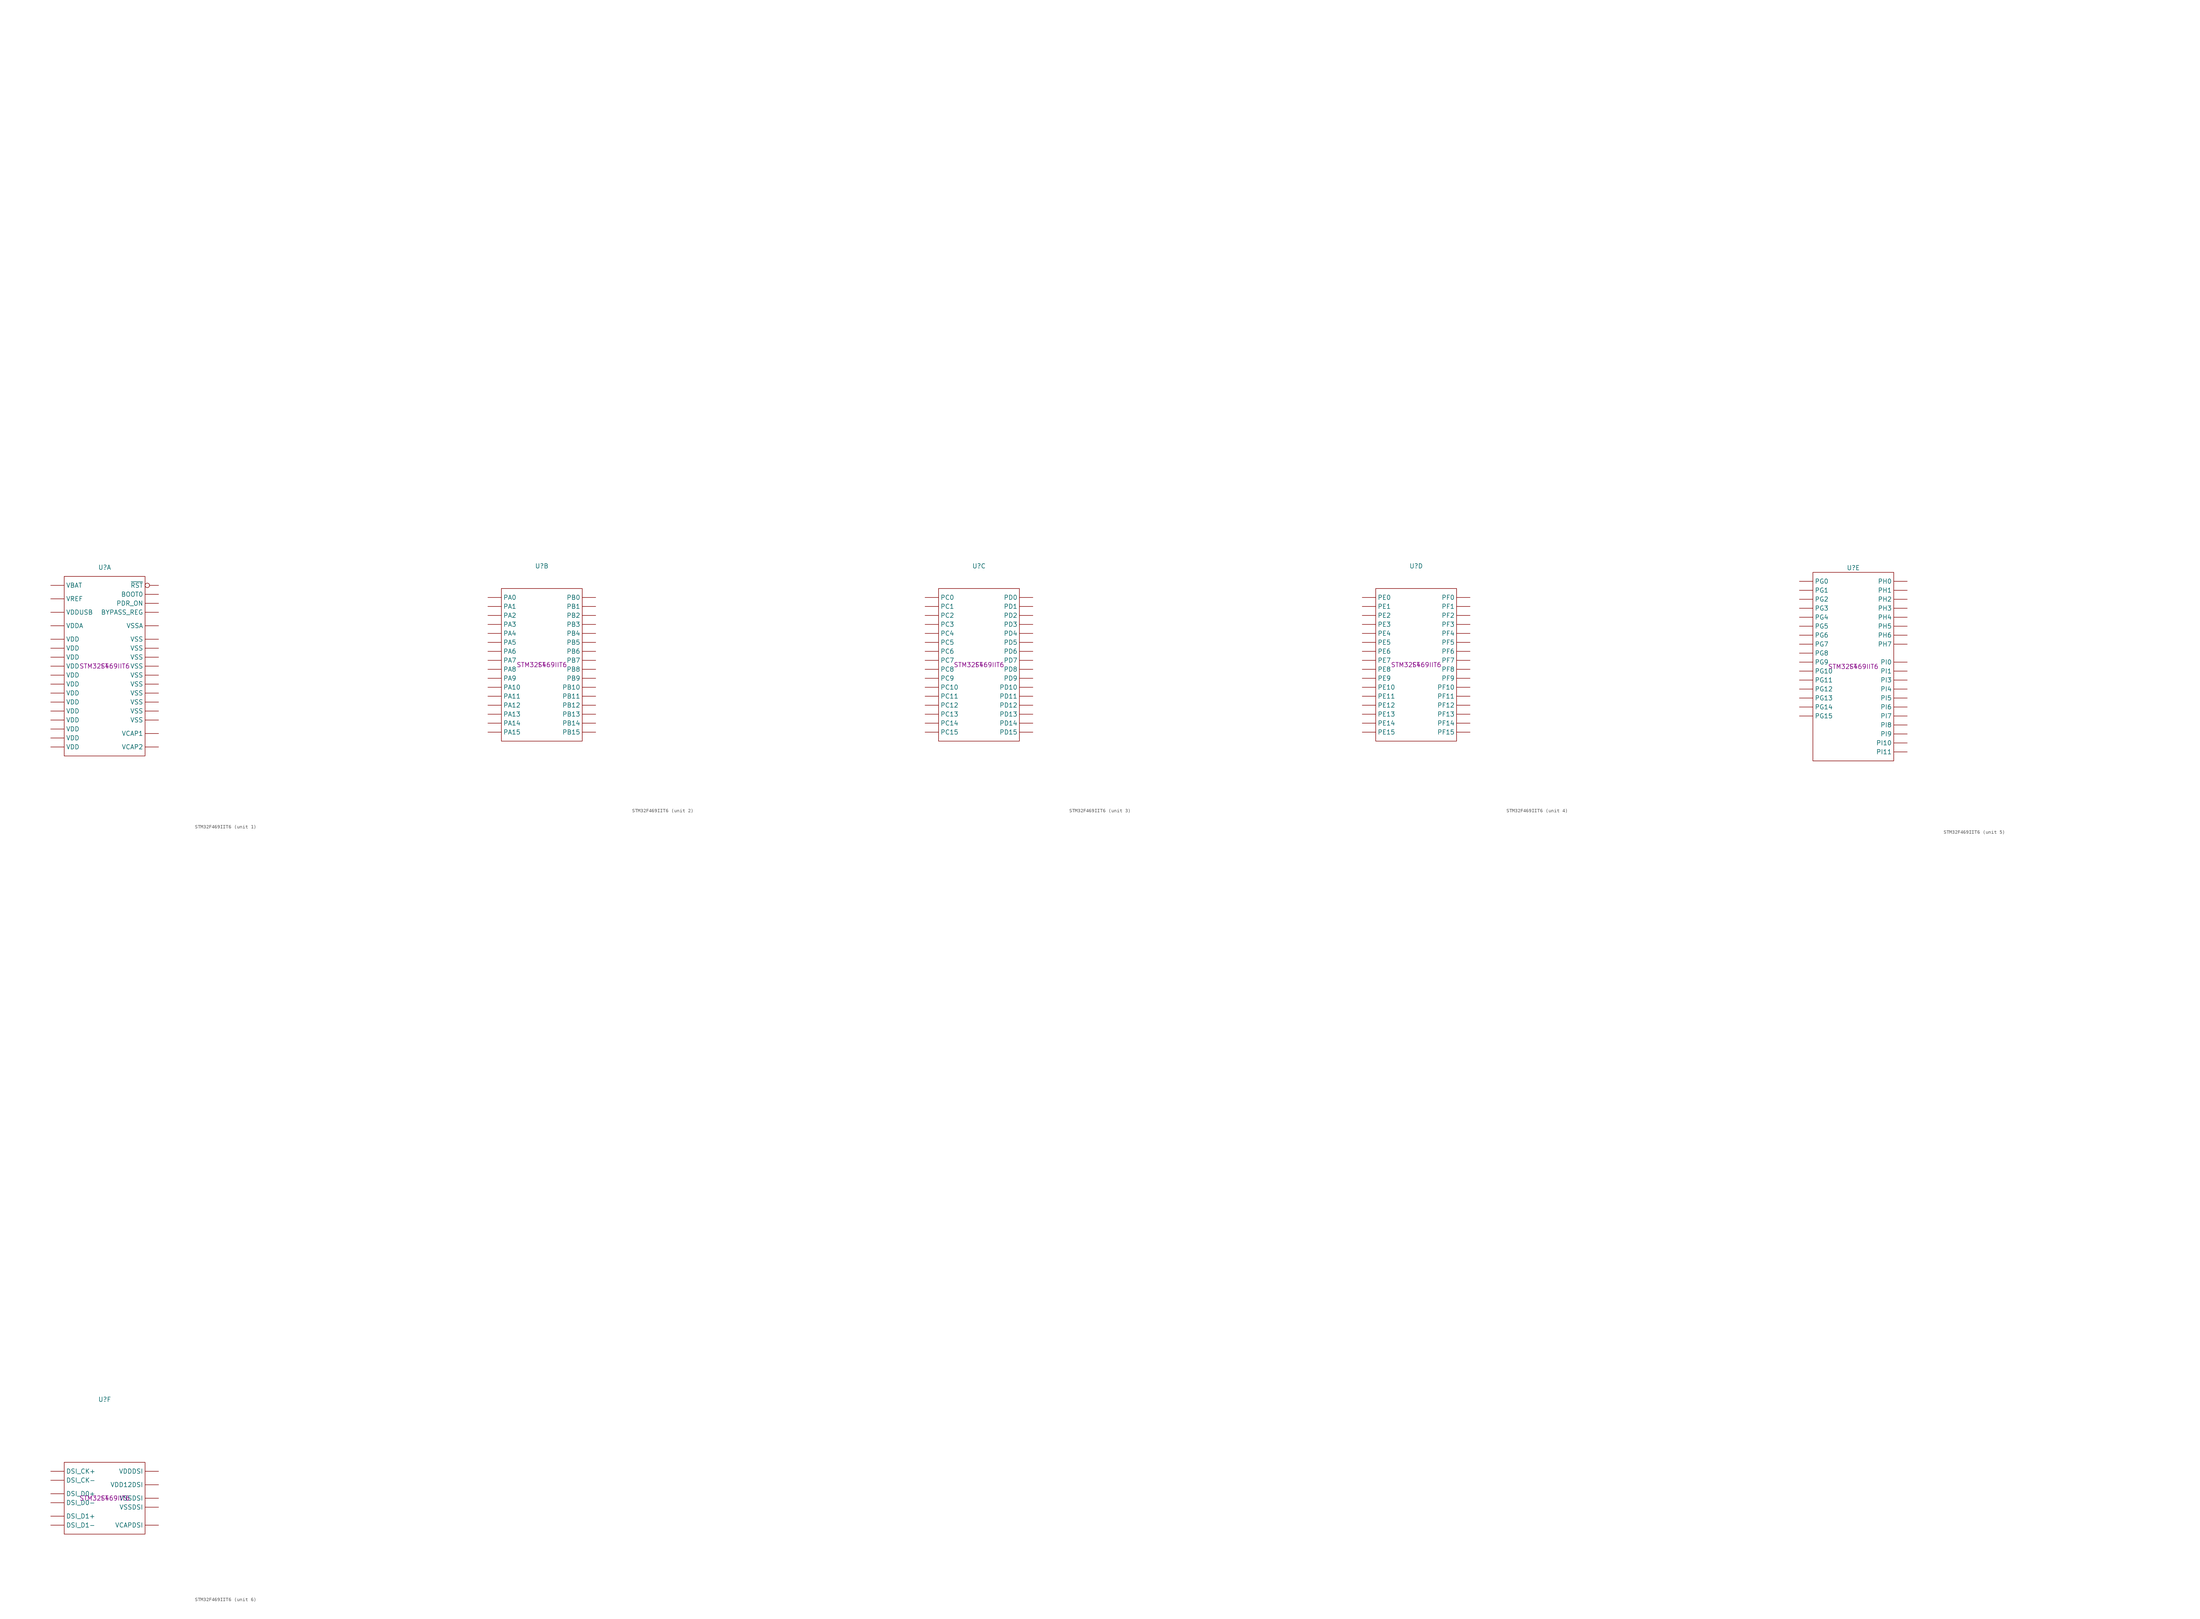
<source format=kicad_sym>
(kicad_symbol_lib
  (version 20220914)
  (generator kicad_symbol_editor)
  (symbol "STM32F469IIT6"
    (pin_numbers hide)
    (property "Reference" "U"
      (at 0 27.94 0)
      (effects (font (size 1.27 1.27))))
    (property "Value" ""
      (at 83.82 165.1 0)
      (effects (font (size 1.27 1.27))))
    (property "Manufacturer" "ST"
      (at 0 0 0)
      (effects (font (size 1.27 1.27))))
    (property "Part #" "STM32F469IIT6"
      (at 0 0 0)
      (effects (font (size 1.27 1.27))))
    (property "ki_locked" ""
      (at 0 0 0)
      (effects (font (size 1.27 1.27))))
    (symbol "STM32F469IIT6_1_1"
      (rectangle (start -11.43 25.4) (end 11.43 -25.4) (stroke (width 0) (type default)) (fill (type none)))
      (pin power_in line (at 15.24 -5.08 180) (length 3.81) (name "VSS" (effects (font (size 1.27 1.27)))) (number "117" (effects (font (size 1.27 1.27)))))
      (pin power_in line (at -15.24 15.24 0) (length 3.81) (name "VDDUSB" (effects (font (size 1.27 1.27)))) (number "118" (effects (font (size 1.27 1.27)))))
      (pin passive line (at 15.24 -22.86 180) (length 3.81) (name "VCAP2" (effects (font (size 1.27 1.27)))) (number "129" (effects (font (size 1.27 1.27)))))
      (pin power_in line (at 15.24 -7.62 180) (length 3.81) (name "VSS" (effects (font (size 1.27 1.27)))) (number "130" (effects (font (size 1.27 1.27)))))
      (pin power_in line (at -15.24 -12.7 0) (length 3.81) (name "VDD" (effects (font (size 1.27 1.27)))) (number "131" (effects (font (size 1.27 1.27)))))
      (pin power_in line (at 15.24 -10.16 180) (length 3.81) (name "VSS" (effects (font (size 1.27 1.27)))) (number "135" (effects (font (size 1.27 1.27)))))
      (pin power_in line (at -15.24 -15.24 0) (length 3.81) (name "VDD" (effects (font (size 1.27 1.27)))) (number "136" (effects (font (size 1.27 1.27)))))
      (pin power_in line (at 15.24 7.62 180) (length 3.81) (name "VSS" (effects (font (size 1.27 1.27)))) (number "14" (effects (font (size 1.27 1.27)))))
      (pin power_in line (at 15.24 -12.7 180) (length 3.81) (name "VSS" (effects (font (size 1.27 1.27)))) (number "148" (effects (font (size 1.27 1.27)))))
      (pin power_in line (at -15.24 -17.78 0) (length 3.81) (name "VDD" (effects (font (size 1.27 1.27)))) (number "149" (effects (font (size 1.27 1.27)))))
      (pin power_in line (at -15.24 7.62 0) (length 3.81) (name "VDD" (effects (font (size 1.27 1.27)))) (number "15" (effects (font (size 1.27 1.27)))))
      (pin power_in line (at 15.24 -15.24 180) (length 3.81) (name "VSS" (effects (font (size 1.27 1.27)))) (number "158" (effects (font (size 1.27 1.27)))))
      (pin power_in line (at -15.24 -20.32 0) (length 3.81) (name "VDD" (effects (font (size 1.27 1.27)))) (number "159" (effects (font (size 1.27 1.27)))))
      (pin input line (at 15.24 20.32 180) (length 3.81) (name "BOOT0" (effects (font (size 1.27 1.27)))) (number "166" (effects (font (size 1.27 1.27)))))
      (pin input line (at 15.24 17.78 180) (length 3.81) (name "PDR_ON" (effects (font (size 1.27 1.27)))) (number "171" (effects (font (size 1.27 1.27)))))
      (pin power_in line (at -15.24 -22.86 0) (length 3.81) (name "VDD" (effects (font (size 1.27 1.27)))) (number "172" (effects (font (size 1.27 1.27)))))
      (pin power_in line (at 15.24 5.08 180) (length 3.81) (name "VSS" (effects (font (size 1.27 1.27)))) (number "22" (effects (font (size 1.27 1.27)))))
      (pin power_in line (at -15.24 5.08 0) (length 3.81) (name "VDD" (effects (font (size 1.27 1.27)))) (number "23" (effects (font (size 1.27 1.27)))))
      (pin input inverted (at 15.24 22.86 180) (length 3.81) (name "~{RST}" (effects (font (size 1.27 1.27)))) (number "31" (effects (font (size 1.27 1.27)))))
      (pin power_in line (at -15.24 2.54 0) (length 3.81) (name "VDD" (effects (font (size 1.27 1.27)))) (number "36" (effects (font (size 1.27 1.27)))))
      (pin power_in line (at 15.24 11.43 180) (length 3.81) (name "VSSA" (effects (font (size 1.27 1.27)))) (number "37" (effects (font (size 1.27 1.27)))))
      (pin power_in line (at -15.24 19.05 0) (length 3.81) (name "VREF" (effects (font (size 1.27 1.27)))) (number "38" (effects (font (size 1.27 1.27)))))
      (pin power_in line (at -15.24 11.43 0) (length 3.81) (name "VDDA" (effects (font (size 1.27 1.27)))) (number "39" (effects (font (size 1.27 1.27)))))
      (pin input line (at 15.24 15.24 180) (length 3.81) (name "BYPASS_REG" (effects (font (size 1.27 1.27)))) (number "48" (effects (font (size 1.27 1.27)))))
      (pin power_in line (at -15.24 0 0) (length 3.81) (name "VDD" (effects (font (size 1.27 1.27)))) (number "49" (effects (font (size 1.27 1.27)))))
      (pin power_in line (at -15.24 22.86 0) (length 3.81) (name "VBAT" (effects (font (size 1.27 1.27)))) (number "6" (effects (font (size 1.27 1.27)))))
      (pin power_in line (at 15.24 2.54 180) (length 3.81) (name "VSS" (effects (font (size 1.27 1.27)))) (number "61" (effects (font (size 1.27 1.27)))))
      (pin power_in line (at -15.24 -2.54 0) (length 3.81) (name "VDD" (effects (font (size 1.27 1.27)))) (number "62" (effects (font (size 1.27 1.27)))))
      (pin power_in line (at 15.24 0 180) (length 3.81) (name "VSS" (effects (font (size 1.27 1.27)))) (number "71" (effects (font (size 1.27 1.27)))))
      (pin power_in line (at -15.24 -5.08 0) (length 3.81) (name "VDD" (effects (font (size 1.27 1.27)))) (number "72" (effects (font (size 1.27 1.27)))))
      (pin passive line (at 15.24 -19.05 180) (length 3.81) (name "VCAP1" (effects (font (size 1.27 1.27)))) (number "81" (effects (font (size 1.27 1.27)))))
      (pin power_in line (at -15.24 -7.62 0) (length 3.81) (name "VDD" (effects (font (size 1.27 1.27)))) (number "82" (effects (font (size 1.27 1.27)))))
      (pin power_in line (at 15.24 -2.54 180) (length 3.81) (name "VSS" (effects (font (size 1.27 1.27)))) (number "95" (effects (font (size 1.27 1.27)))))
      (pin power_in line (at -15.24 -10.16 0) (length 3.81) (name "VDD" (effects (font (size 1.27 1.27)))) (number "96" (effects (font (size 1.27 1.27))))))
    (symbol "STM32F469IIT6_2_1"
      (rectangle (start -11.43 21.59) (end 11.43 -21.59) (stroke (width 0) (type default)) (fill (type none)))
      (pin bidirectional line (at -15.24 -1.27 0) (length 3.81) (name "PA8" (effects (font (size 1.27 1.27)))) (number "123" (effects (font (size 1.27 1.27)))))
      (pin bidirectional line (at -15.24 -3.81 0) (length 3.81) (name "PA9" (effects (font (size 1.27 1.27)))) (number "124" (effects (font (size 1.27 1.27)))))
      (pin bidirectional line (at -15.24 -6.35 0) (length 3.81) (name "PA10" (effects (font (size 1.27 1.27)))) (number "125" (effects (font (size 1.27 1.27)))))
      (pin bidirectional line (at -15.24 -8.89 0) (length 3.81) (name "PA11" (effects (font (size 1.27 1.27)))) (number "126" (effects (font (size 1.27 1.27)))))
      (pin bidirectional line (at -15.24 -11.43 0) (length 3.81) (name "PA12" (effects (font (size 1.27 1.27)))) (number "127" (effects (font (size 1.27 1.27)))))
      (pin bidirectional line (at -15.24 -13.97 0) (length 3.81) (name "PA13" (effects (font (size 1.27 1.27)))) (number "128" (effects (font (size 1.27 1.27)))))
      (pin bidirectional line (at -15.24 -16.51 0) (length 3.81) (name "PA14" (effects (font (size 1.27 1.27)))) (number "137" (effects (font (size 1.27 1.27)))))
      (pin bidirectional line (at -15.24 -19.05 0) (length 3.81) (name "PA15" (effects (font (size 1.27 1.27)))) (number "138" (effects (font (size 1.27 1.27)))))
      (pin bidirectional line (at 15.24 11.43 180) (length 3.81) (name "PB3" (effects (font (size 1.27 1.27)))) (number "161" (effects (font (size 1.27 1.27)))))
      (pin bidirectional line (at 15.24 8.89 180) (length 3.81) (name "PB4" (effects (font (size 1.27 1.27)))) (number "162" (effects (font (size 1.27 1.27)))))
      (pin bidirectional line (at 15.24 6.35 180) (length 3.81) (name "PB5" (effects (font (size 1.27 1.27)))) (number "163" (effects (font (size 1.27 1.27)))))
      (pin bidirectional line (at 15.24 3.81 180) (length 3.81) (name "PB6" (effects (font (size 1.27 1.27)))) (number "164" (effects (font (size 1.27 1.27)))))
      (pin bidirectional line (at 15.24 1.27 180) (length 3.81) (name "PB7" (effects (font (size 1.27 1.27)))) (number "165" (effects (font (size 1.27 1.27)))))
      (pin bidirectional line (at 15.24 -1.27 180) (length 3.81) (name "PB8" (effects (font (size 1.27 1.27)))) (number "167" (effects (font (size 1.27 1.27)))))
      (pin bidirectional line (at 15.24 -3.81 180) (length 3.81) (name "PB9" (effects (font (size 1.27 1.27)))) (number "168" (effects (font (size 1.27 1.27)))))
      (pin bidirectional line (at -15.24 19.05 0) (length 3.81) (name "PA0" (effects (font (size 1.27 1.27)))) (number "40" (effects (font (size 1.27 1.27)))))
      (pin bidirectional line (at -15.24 16.51 0) (length 3.81) (name "PA1" (effects (font (size 1.27 1.27)))) (number "41" (effects (font (size 1.27 1.27)))))
      (pin bidirectional line (at -15.24 13.97 0) (length 3.81) (name "PA2" (effects (font (size 1.27 1.27)))) (number "42" (effects (font (size 1.27 1.27)))))
      (pin bidirectional line (at -15.24 11.43 0) (length 3.81) (name "PA3" (effects (font (size 1.27 1.27)))) (number "47" (effects (font (size 1.27 1.27)))))
      (pin bidirectional line (at -15.24 8.89 0) (length 3.81) (name "PA4" (effects (font (size 1.27 1.27)))) (number "50" (effects (font (size 1.27 1.27)))))
      (pin bidirectional line (at -15.24 6.35 0) (length 3.81) (name "PA5" (effects (font (size 1.27 1.27)))) (number "51" (effects (font (size 1.27 1.27)))))
      (pin bidirectional line (at -15.24 3.81 0) (length 3.81) (name "PA6" (effects (font (size 1.27 1.27)))) (number "52" (effects (font (size 1.27 1.27)))))
      (pin bidirectional line (at -15.24 1.27 0) (length 3.81) (name "PA7" (effects (font (size 1.27 1.27)))) (number "53" (effects (font (size 1.27 1.27)))))
      (pin bidirectional line (at 15.24 19.05 180) (length 3.81) (name "PB0" (effects (font (size 1.27 1.27)))) (number "56" (effects (font (size 1.27 1.27)))))
      (pin bidirectional line (at 15.24 16.51 180) (length 3.81) (name "PB1" (effects (font (size 1.27 1.27)))) (number "57" (effects (font (size 1.27 1.27)))))
      (pin bidirectional line (at 15.24 13.97 180) (length 3.81) (name "PB2" (effects (font (size 1.27 1.27)))) (number "58" (effects (font (size 1.27 1.27)))))
      (pin bidirectional line (at 15.24 -6.35 180) (length 3.81) (name "PB10" (effects (font (size 1.27 1.27)))) (number "79" (effects (font (size 1.27 1.27)))))
      (pin bidirectional line (at 15.24 -8.89 180) (length 3.81) (name "PB11" (effects (font (size 1.27 1.27)))) (number "80" (effects (font (size 1.27 1.27)))))
      (pin bidirectional line (at 15.24 -11.43 180) (length 3.81) (name "PB12" (effects (font (size 1.27 1.27)))) (number "85" (effects (font (size 1.27 1.27)))))
      (pin bidirectional line (at 15.24 -13.97 180) (length 3.81) (name "PB13" (effects (font (size 1.27 1.27)))) (number "86" (effects (font (size 1.27 1.27)))))
      (pin bidirectional line (at 15.24 -16.51 180) (length 3.81) (name "PB14" (effects (font (size 1.27 1.27)))) (number "87" (effects (font (size 1.27 1.27)))))
      (pin bidirectional line (at 15.24 -19.05 180) (length 3.81) (name "PB15" (effects (font (size 1.27 1.27)))) (number "88" (effects (font (size 1.27 1.27))))))
    (symbol "STM32F469IIT6_3_1"
      (rectangle (start -11.43 21.59) (end 11.43 -21.59) (stroke (width 0) (type default)) (fill (type none)))
      (pin bidirectional line (at -15.24 -19.05 0) (length 3.81) (name "PC15" (effects (font (size 1.27 1.27)))) (number "10" (effects (font (size 1.27 1.27)))))
      (pin bidirectional line (at -15.24 3.81 0) (length 3.81) (name "PC6" (effects (font (size 1.27 1.27)))) (number "119" (effects (font (size 1.27 1.27)))))
      (pin bidirectional line (at -15.24 1.27 0) (length 3.81) (name "PC7" (effects (font (size 1.27 1.27)))) (number "120" (effects (font (size 1.27 1.27)))))
      (pin bidirectional line (at -15.24 -1.27 0) (length 3.81) (name "PC8" (effects (font (size 1.27 1.27)))) (number "121" (effects (font (size 1.27 1.27)))))
      (pin bidirectional line (at -15.24 -3.81 0) (length 3.81) (name "PC9" (effects (font (size 1.27 1.27)))) (number "122" (effects (font (size 1.27 1.27)))))
      (pin bidirectional line (at -15.24 -6.35 0) (length 3.81) (name "PC10" (effects (font (size 1.27 1.27)))) (number "139" (effects (font (size 1.27 1.27)))))
      (pin bidirectional line (at -15.24 -8.89 0) (length 3.81) (name "PC11" (effects (font (size 1.27 1.27)))) (number "140" (effects (font (size 1.27 1.27)))))
      (pin bidirectional line (at -15.24 -11.43 0) (length 3.81) (name "PC12" (effects (font (size 1.27 1.27)))) (number "141" (effects (font (size 1.27 1.27)))))
      (pin bidirectional line (at 15.24 19.05 180) (length 3.81) (name "PD0" (effects (font (size 1.27 1.27)))) (number "142" (effects (font (size 1.27 1.27)))))
      (pin bidirectional line (at 15.24 16.51 180) (length 3.81) (name "PD1" (effects (font (size 1.27 1.27)))) (number "143" (effects (font (size 1.27 1.27)))))
      (pin bidirectional line (at 15.24 13.97 180) (length 3.81) (name "PD2" (effects (font (size 1.27 1.27)))) (number "144" (effects (font (size 1.27 1.27)))))
      (pin bidirectional line (at 15.24 11.43 180) (length 3.81) (name "PD3" (effects (font (size 1.27 1.27)))) (number "145" (effects (font (size 1.27 1.27)))))
      (pin bidirectional line (at 15.24 8.89 180) (length 3.81) (name "PD4" (effects (font (size 1.27 1.27)))) (number "146" (effects (font (size 1.27 1.27)))))
      (pin bidirectional line (at 15.24 6.35 180) (length 3.81) (name "PD5" (effects (font (size 1.27 1.27)))) (number "147" (effects (font (size 1.27 1.27)))))
      (pin bidirectional line (at 15.24 3.81 180) (length 3.81) (name "PD6" (effects (font (size 1.27 1.27)))) (number "150" (effects (font (size 1.27 1.27)))))
      (pin bidirectional line (at 15.24 1.27 180) (length 3.81) (name "PD7" (effects (font (size 1.27 1.27)))) (number "151" (effects (font (size 1.27 1.27)))))
      (pin bidirectional line (at -15.24 19.05 0) (length 3.81) (name "PC0" (effects (font (size 1.27 1.27)))) (number "32" (effects (font (size 1.27 1.27)))))
      (pin bidirectional line (at -15.24 16.51 0) (length 3.81) (name "PC1" (effects (font (size 1.27 1.27)))) (number "33" (effects (font (size 1.27 1.27)))))
      (pin bidirectional line (at -15.24 13.97 0) (length 3.81) (name "PC2" (effects (font (size 1.27 1.27)))) (number "34" (effects (font (size 1.27 1.27)))))
      (pin bidirectional line (at -15.24 11.43 0) (length 3.81) (name "PC3" (effects (font (size 1.27 1.27)))) (number "35" (effects (font (size 1.27 1.27)))))
      (pin bidirectional line (at -15.24 8.89 0) (length 3.81) (name "PC4" (effects (font (size 1.27 1.27)))) (number "54" (effects (font (size 1.27 1.27)))))
      (pin bidirectional line (at -15.24 6.35 0) (length 3.81) (name "PC5" (effects (font (size 1.27 1.27)))) (number "55" (effects (font (size 1.27 1.27)))))
      (pin bidirectional line (at -15.24 -13.97 0) (length 3.81) (name "PC13" (effects (font (size 1.27 1.27)))) (number "8" (effects (font (size 1.27 1.27)))))
      (pin bidirectional line (at 15.24 -1.27 180) (length 3.81) (name "PD8" (effects (font (size 1.27 1.27)))) (number "89" (effects (font (size 1.27 1.27)))))
      (pin bidirectional line (at -15.24 -16.51 0) (length 3.81) (name "PC14" (effects (font (size 1.27 1.27)))) (number "9" (effects (font (size 1.27 1.27)))))
      (pin bidirectional line (at 15.24 -3.81 180) (length 3.81) (name "PD9" (effects (font (size 1.27 1.27)))) (number "90" (effects (font (size 1.27 1.27)))))
      (pin bidirectional line (at 15.24 -6.35 180) (length 3.81) (name "PD10" (effects (font (size 1.27 1.27)))) (number "91" (effects (font (size 1.27 1.27)))))
      (pin bidirectional line (at 15.24 -8.89 180) (length 3.81) (name "PD11" (effects (font (size 1.27 1.27)))) (number "92" (effects (font (size 1.27 1.27)))))
      (pin bidirectional line (at 15.24 -11.43 180) (length 3.81) (name "PD12" (effects (font (size 1.27 1.27)))) (number "93" (effects (font (size 1.27 1.27)))))
      (pin bidirectional line (at 15.24 -13.97 180) (length 3.81) (name "PD13" (effects (font (size 1.27 1.27)))) (number "94" (effects (font (size 1.27 1.27)))))
      (pin bidirectional line (at 15.24 -16.51 180) (length 3.81) (name "PD14" (effects (font (size 1.27 1.27)))) (number "97" (effects (font (size 1.27 1.27)))))
      (pin bidirectional line (at 15.24 -19.05 180) (length 3.81) (name "PD15" (effects (font (size 1.27 1.27)))) (number "98" (effects (font (size 1.27 1.27))))))
    (symbol "STM32F469IIT6_4_1"
      (rectangle (start -11.43 21.59) (end 11.43 -21.59) (stroke (width 0) (type default)) (fill (type none)))
      (pin bidirectional line (at -15.24 13.97 0) (length 3.81) (name "PE2" (effects (font (size 1.27 1.27)))) (number "1" (effects (font (size 1.27 1.27)))))
      (pin bidirectional line (at 15.24 19.05 180) (length 3.81) (name "PF0" (effects (font (size 1.27 1.27)))) (number "16" (effects (font (size 1.27 1.27)))))
      (pin bidirectional line (at -15.24 19.05 0) (length 3.81) (name "PE0" (effects (font (size 1.27 1.27)))) (number "169" (effects (font (size 1.27 1.27)))))
      (pin bidirectional line (at 15.24 16.51 180) (length 3.81) (name "PF1" (effects (font (size 1.27 1.27)))) (number "17" (effects (font (size 1.27 1.27)))))
      (pin bidirectional line (at -15.24 16.51 0) (length 3.81) (name "PE1" (effects (font (size 1.27 1.27)))) (number "170" (effects (font (size 1.27 1.27)))))
      (pin bidirectional line (at 15.24 13.97 180) (length 3.81) (name "PF2" (effects (font (size 1.27 1.27)))) (number "18" (effects (font (size 1.27 1.27)))))
      (pin bidirectional line (at 15.24 11.43 180) (length 3.81) (name "PF3" (effects (font (size 1.27 1.27)))) (number "19" (effects (font (size 1.27 1.27)))))
      (pin bidirectional line (at -15.24 11.43 0) (length 3.81) (name "PE3" (effects (font (size 1.27 1.27)))) (number "2" (effects (font (size 1.27 1.27)))))
      (pin bidirectional line (at 15.24 8.89 180) (length 3.81) (name "PF4" (effects (font (size 1.27 1.27)))) (number "20" (effects (font (size 1.27 1.27)))))
      (pin bidirectional line (at 15.24 6.35 180) (length 3.81) (name "PF5" (effects (font (size 1.27 1.27)))) (number "21" (effects (font (size 1.27 1.27)))))
      (pin bidirectional line (at 15.24 3.81 180) (length 3.81) (name "PF6" (effects (font (size 1.27 1.27)))) (number "24" (effects (font (size 1.27 1.27)))))
      (pin bidirectional line (at 15.24 1.27 180) (length 3.81) (name "PF7" (effects (font (size 1.27 1.27)))) (number "25" (effects (font (size 1.27 1.27)))))
      (pin bidirectional line (at 15.24 -1.27 180) (length 3.81) (name "PF8" (effects (font (size 1.27 1.27)))) (number "26" (effects (font (size 1.27 1.27)))))
      (pin bidirectional line (at 15.24 -3.81 180) (length 3.81) (name "PF9" (effects (font (size 1.27 1.27)))) (number "27" (effects (font (size 1.27 1.27)))))
      (pin bidirectional line (at 15.24 -6.35 180) (length 3.81) (name "PF10" (effects (font (size 1.27 1.27)))) (number "28" (effects (font (size 1.27 1.27)))))
      (pin bidirectional line (at -15.24 8.89 0) (length 3.81) (name "PE4" (effects (font (size 1.27 1.27)))) (number "3" (effects (font (size 1.27 1.27)))))
      (pin bidirectional line (at -15.24 6.35 0) (length 3.81) (name "PE5" (effects (font (size 1.27 1.27)))) (number "4" (effects (font (size 1.27 1.27)))))
      (pin bidirectional line (at -15.24 3.81 0) (length 3.81) (name "PE6" (effects (font (size 1.27 1.27)))) (number "5" (effects (font (size 1.27 1.27)))))
      (pin bidirectional line (at 15.24 -8.89 180) (length 3.81) (name "PF11" (effects (font (size 1.27 1.27)))) (number "59" (effects (font (size 1.27 1.27)))))
      (pin bidirectional line (at 15.24 -11.43 180) (length 3.81) (name "PF12" (effects (font (size 1.27 1.27)))) (number "60" (effects (font (size 1.27 1.27)))))
      (pin bidirectional line (at 15.24 -13.97 180) (length 3.81) (name "PF13" (effects (font (size 1.27 1.27)))) (number "63" (effects (font (size 1.27 1.27)))))
      (pin bidirectional line (at 15.24 -16.51 180) (length 3.81) (name "PF14" (effects (font (size 1.27 1.27)))) (number "64" (effects (font (size 1.27 1.27)))))
      (pin bidirectional line (at 15.24 -19.05 180) (length 3.81) (name "PF15" (effects (font (size 1.27 1.27)))) (number "65" (effects (font (size 1.27 1.27)))))
      (pin bidirectional line (at -15.24 1.27 0) (length 3.81) (name "PE7" (effects (font (size 1.27 1.27)))) (number "68" (effects (font (size 1.27 1.27)))))
      (pin bidirectional line (at -15.24 -1.27 0) (length 3.81) (name "PE8" (effects (font (size 1.27 1.27)))) (number "69" (effects (font (size 1.27 1.27)))))
      (pin bidirectional line (at -15.24 -3.81 0) (length 3.81) (name "PE9" (effects (font (size 1.27 1.27)))) (number "70" (effects (font (size 1.27 1.27)))))
      (pin bidirectional line (at -15.24 -6.35 0) (length 3.81) (name "PE10" (effects (font (size 1.27 1.27)))) (number "73" (effects (font (size 1.27 1.27)))))
      (pin bidirectional line (at -15.24 -8.89 0) (length 3.81) (name "PE11" (effects (font (size 1.27 1.27)))) (number "74" (effects (font (size 1.27 1.27)))))
      (pin bidirectional line (at -15.24 -11.43 0) (length 3.81) (name "PE12" (effects (font (size 1.27 1.27)))) (number "75" (effects (font (size 1.27 1.27)))))
      (pin bidirectional line (at -15.24 -13.97 0) (length 3.81) (name "PE13" (effects (font (size 1.27 1.27)))) (number "76" (effects (font (size 1.27 1.27)))))
      (pin bidirectional line (at -15.24 -16.51 0) (length 3.81) (name "PE14" (effects (font (size 1.27 1.27)))) (number "77" (effects (font (size 1.27 1.27)))))
      (pin bidirectional line (at -15.24 -19.05 0) (length 3.81) (name "PE15" (effects (font (size 1.27 1.27)))) (number "78" (effects (font (size 1.27 1.27))))))
    (symbol "STM32F469IIT6_5_1"
      (rectangle (start -11.43 26.67) (end 11.43 -26.67) (stroke (width 0) (type default)) (fill (type none)))
      (pin bidirectional line (at 15.24 -19.05 180) (length 3.81) (name "PI9" (effects (font (size 1.27 1.27)))) (number "11" (effects (font (size 1.27 1.27)))))
      (pin bidirectional line (at -15.24 19.05 0) (length 3.81) (name "PG2" (effects (font (size 1.27 1.27)))) (number "110" (effects (font (size 1.27 1.27)))))
      (pin bidirectional line (at -15.24 16.51 0) (length 3.81) (name "PG3" (effects (font (size 1.27 1.27)))) (number "111" (effects (font (size 1.27 1.27)))))
      (pin bidirectional line (at -15.24 13.97 0) (length 3.81) (name "PG4" (effects (font (size 1.27 1.27)))) (number "112" (effects (font (size 1.27 1.27)))))
      (pin bidirectional line (at -15.24 11.43 0) (length 3.81) (name "PG5" (effects (font (size 1.27 1.27)))) (number "113" (effects (font (size 1.27 1.27)))))
      (pin bidirectional line (at -15.24 8.89 0) (length 3.81) (name "PG6" (effects (font (size 1.27 1.27)))) (number "114" (effects (font (size 1.27 1.27)))))
      (pin bidirectional line (at -15.24 6.35 0) (length 3.81) (name "PG7" (effects (font (size 1.27 1.27)))) (number "115" (effects (font (size 1.27 1.27)))))
      (pin bidirectional line (at -15.24 3.81 0) (length 3.81) (name "PG8" (effects (font (size 1.27 1.27)))) (number "116" (effects (font (size 1.27 1.27)))))
      (pin bidirectional line (at 15.24 -21.59 180) (length 3.81) (name "PI10" (effects (font (size 1.27 1.27)))) (number "12" (effects (font (size 1.27 1.27)))))
      (pin bidirectional line (at 15.24 -24.13 180) (length 3.81) (name "PI11" (effects (font (size 1.27 1.27)))) (number "13" (effects (font (size 1.27 1.27)))))
      (pin bidirectional line (at 15.24 1.27 180) (length 3.81) (name "PI0" (effects (font (size 1.27 1.27)))) (number "132" (effects (font (size 1.27 1.27)))))
      (pin bidirectional line (at 15.24 -1.27 180) (length 3.81) (name "PI1" (effects (font (size 1.27 1.27)))) (number "133" (effects (font (size 1.27 1.27)))))
      (pin bidirectional line (at 15.24 -3.81 180) (length 3.81) (name "PI3" (effects (font (size 1.27 1.27)))) (number "134" (effects (font (size 1.27 1.27)))))
      (pin bidirectional line (at -15.24 1.27 0) (length 3.81) (name "PG9" (effects (font (size 1.27 1.27)))) (number "152" (effects (font (size 1.27 1.27)))))
      (pin bidirectional line (at -15.24 -1.27 0) (length 3.81) (name "PG10" (effects (font (size 1.27 1.27)))) (number "153" (effects (font (size 1.27 1.27)))))
      (pin bidirectional line (at -15.24 -3.81 0) (length 3.81) (name "PG11" (effects (font (size 1.27 1.27)))) (number "154" (effects (font (size 1.27 1.27)))))
      (pin bidirectional line (at -15.24 -6.35 0) (length 3.81) (name "PG12" (effects (font (size 1.27 1.27)))) (number "155" (effects (font (size 1.27 1.27)))))
      (pin bidirectional line (at -15.24 -8.89 0) (length 3.81) (name "PG13" (effects (font (size 1.27 1.27)))) (number "156" (effects (font (size 1.27 1.27)))))
      (pin bidirectional line (at -15.24 -11.43 0) (length 3.81) (name "PG14" (effects (font (size 1.27 1.27)))) (number "157" (effects (font (size 1.27 1.27)))))
      (pin bidirectional line (at -15.24 -13.97 0) (length 3.81) (name "PG15" (effects (font (size 1.27 1.27)))) (number "160" (effects (font (size 1.27 1.27)))))
      (pin bidirectional line (at 15.24 -6.35 180) (length 3.81) (name "PI4" (effects (font (size 1.27 1.27)))) (number "173" (effects (font (size 1.27 1.27)))))
      (pin bidirectional line (at 15.24 -8.89 180) (length 3.81) (name "PI5" (effects (font (size 1.27 1.27)))) (number "174" (effects (font (size 1.27 1.27)))))
      (pin bidirectional line (at 15.24 -11.43 180) (length 3.81) (name "PI6" (effects (font (size 1.27 1.27)))) (number "175" (effects (font (size 1.27 1.27)))))
      (pin bidirectional line (at 15.24 -13.97 180) (length 3.81) (name "PI7" (effects (font (size 1.27 1.27)))) (number "176" (effects (font (size 1.27 1.27)))))
      (pin bidirectional line (at 15.24 24.13 180) (length 3.81) (name "PH0" (effects (font (size 1.27 1.27)))) (number "29" (effects (font (size 1.27 1.27)))))
      (pin bidirectional line (at 15.24 21.59 180) (length 3.81) (name "PH1" (effects (font (size 1.27 1.27)))) (number "30" (effects (font (size 1.27 1.27)))))
      (pin bidirectional line (at 15.24 19.05 180) (length 3.81) (name "PH2" (effects (font (size 1.27 1.27)))) (number "43" (effects (font (size 1.27 1.27)))))
      (pin bidirectional line (at 15.24 16.51 180) (length 3.81) (name "PH3" (effects (font (size 1.27 1.27)))) (number "44" (effects (font (size 1.27 1.27)))))
      (pin bidirectional line (at 15.24 13.97 180) (length 3.81) (name "PH4" (effects (font (size 1.27 1.27)))) (number "45" (effects (font (size 1.27 1.27)))))
      (pin bidirectional line (at 15.24 11.43 180) (length 3.81) (name "PH5" (effects (font (size 1.27 1.27)))) (number "46" (effects (font (size 1.27 1.27)))))
      (pin bidirectional line (at -15.24 24.13 0) (length 3.81) (name "PG0" (effects (font (size 1.27 1.27)))) (number "66" (effects (font (size 1.27 1.27)))))
      (pin bidirectional line (at -15.24 21.59 0) (length 3.81) (name "PG1" (effects (font (size 1.27 1.27)))) (number "67" (effects (font (size 1.27 1.27)))))
      (pin bidirectional line (at 15.24 -16.51 180) (length 3.81) (name "PI8" (effects (font (size 1.27 1.27)))) (number "7" (effects (font (size 1.27 1.27)))))
      (pin bidirectional line (at 15.24 8.89 180) (length 3.81) (name "PH6" (effects (font (size 1.27 1.27)))) (number "83" (effects (font (size 1.27 1.27)))))
      (pin bidirectional line (at 15.24 6.35 180) (length 3.81) (name "PH7" (effects (font (size 1.27 1.27)))) (number "84" (effects (font (size 1.27 1.27))))))
    (symbol "STM32F469IIT6_6_1"
      (rectangle (start -11.43 10.16) (end 11.43 -10.16) (stroke (width 0) (type default)) (fill (type none)))
      (pin power_in line (at 15.24 -7.62 180) (length 3.81) (name "VCAPDSI" (effects (font (size 1.27 1.27)))) (number "100" (effects (font (size 1.27 1.27)))))
      (pin bidirectional line (at -15.24 1.27 0) (length 3.81) (name "DSI_D0+" (effects (font (size 1.27 1.27)))) (number "101" (effects (font (size 1.27 1.27)))))
      (pin bidirectional line (at -15.24 -1.27 0) (length 3.81) (name "DSI_D0-" (effects (font (size 1.27 1.27)))) (number "102" (effects (font (size 1.27 1.27)))))
      (pin power_in line (at 15.24 0 180) (length 3.81) (name "VSSDSI" (effects (font (size 1.27 1.27)))) (number "103" (effects (font (size 1.27 1.27)))))
      (pin bidirectional line (at -15.24 7.62 0) (length 3.81) (name "DSI_CK+" (effects (font (size 1.27 1.27)))) (number "104" (effects (font (size 1.27 1.27)))))
      (pin bidirectional line (at -15.24 5.08 0) (length 3.81) (name "DSI_CK-" (effects (font (size 1.27 1.27)))) (number "105" (effects (font (size 1.27 1.27)))))
      (pin power_in line (at 15.24 3.81 180) (length 3.81) (name "VDD12DSI" (effects (font (size 1.27 1.27)))) (number "106" (effects (font (size 1.27 1.27)))))
      (pin bidirectional line (at -15.24 -5.08 0) (length 3.81) (name "DSI_D1+" (effects (font (size 1.27 1.27)))) (number "107" (effects (font (size 1.27 1.27)))))
      (pin bidirectional line (at -15.24 -7.62 0) (length 3.81) (name "DSI_D1-" (effects (font (size 1.27 1.27)))) (number "108" (effects (font (size 1.27 1.27)))))
      (pin power_in line (at 15.24 -2.54 180) (length 3.81) (name "VSSDSI" (effects (font (size 1.27 1.27)))) (number "109" (effects (font (size 1.27 1.27)))))
      (pin power_in line (at 15.24 7.62 180) (length 3.81) (name "VDDDSI" (effects (font (size 1.27 1.27)))) (number "99" (effects (font (size 1.27 1.27))))))))
</source>
